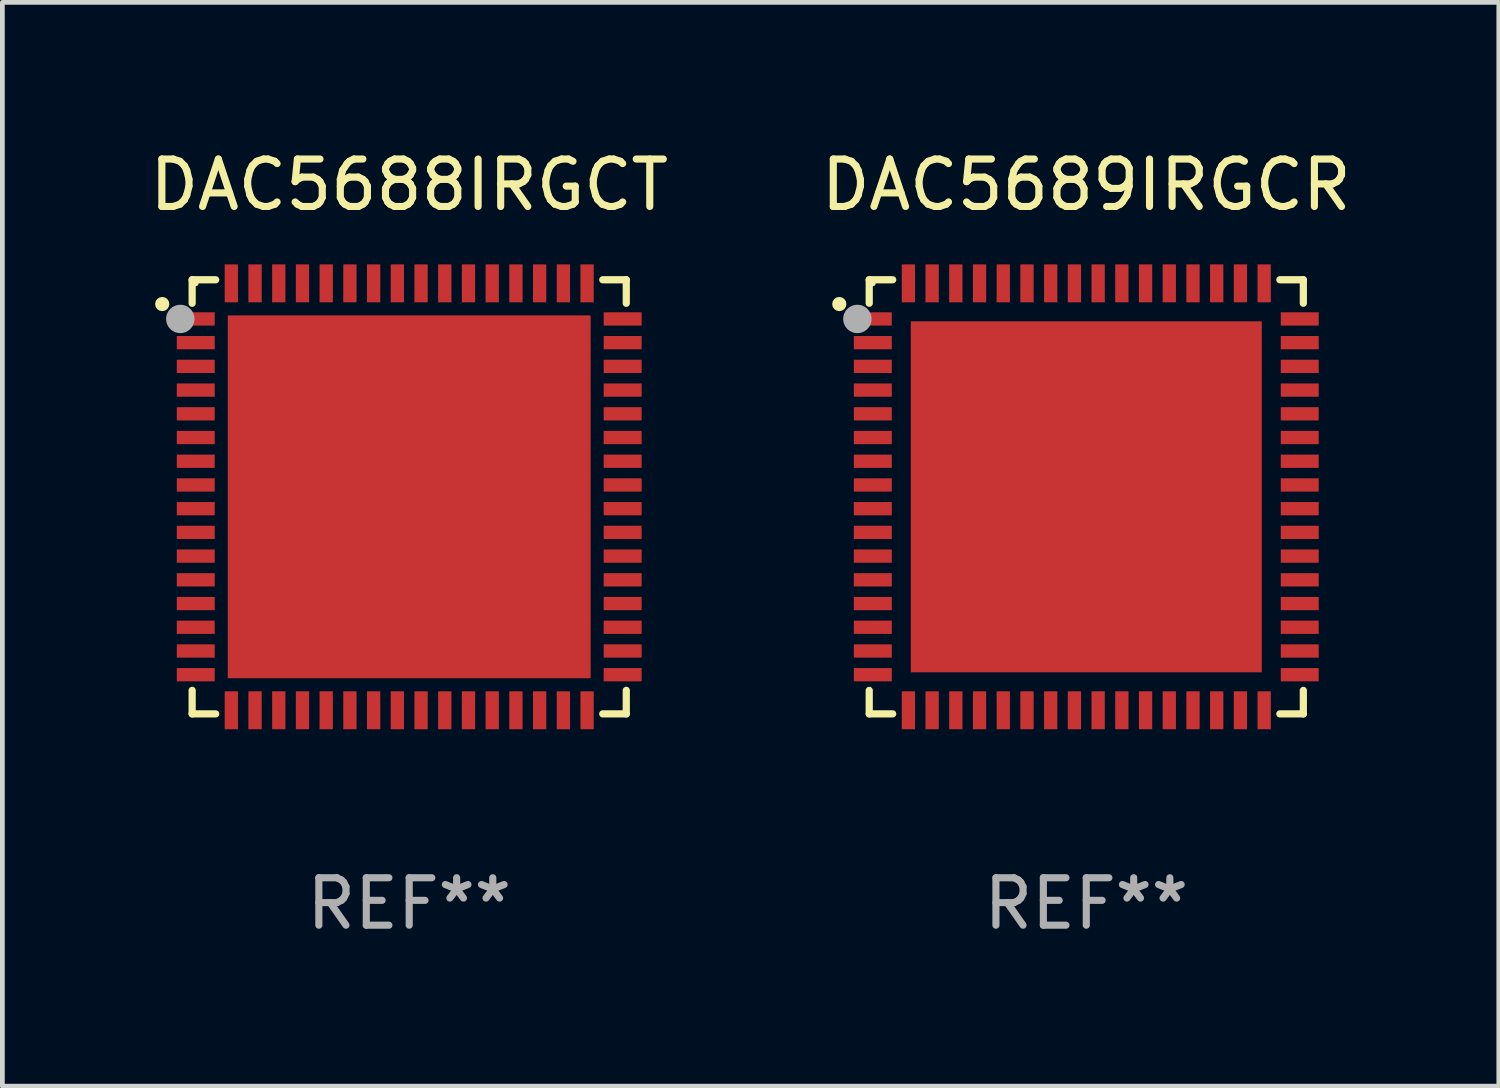
<source format=kicad_pcb>
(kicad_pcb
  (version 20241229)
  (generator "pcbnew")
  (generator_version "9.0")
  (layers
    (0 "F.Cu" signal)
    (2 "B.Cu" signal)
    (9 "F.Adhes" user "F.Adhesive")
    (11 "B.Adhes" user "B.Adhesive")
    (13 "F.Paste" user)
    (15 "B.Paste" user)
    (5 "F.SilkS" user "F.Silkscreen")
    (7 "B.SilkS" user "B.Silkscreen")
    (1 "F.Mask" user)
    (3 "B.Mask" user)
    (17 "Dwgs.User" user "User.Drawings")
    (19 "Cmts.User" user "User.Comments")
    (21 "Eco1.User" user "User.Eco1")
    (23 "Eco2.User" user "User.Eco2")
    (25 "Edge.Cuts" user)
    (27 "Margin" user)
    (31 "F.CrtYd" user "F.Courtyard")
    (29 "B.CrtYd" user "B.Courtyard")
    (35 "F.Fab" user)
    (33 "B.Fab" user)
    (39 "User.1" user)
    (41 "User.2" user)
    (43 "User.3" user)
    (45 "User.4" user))
  (footprint "DAC5689IRGCR"
    (layer "F.Cu")
    (at 19.851 7.424)
    (property "Reference" "DAC5689IRGCR" (at 0 -6.576 0) (layer "F.SilkS") (effects (font (size 1 1) (thickness 0.15))))
    (attr through_hole)
    (fp_line (start -4.576 -4.576) (end -4.576 -4.081) (stroke (width 0.152) (type solid)) (layer "F.SilkS"))
    (fp_line (start -4.576 4.576) (end -4.576 4.081) (stroke (width 0.152) (type solid)) (layer "F.SilkS"))
    (fp_line (start -4.081 -4.576) (end -4.576 -4.576) (stroke (width 0.152) (type solid)) (layer "F.SilkS"))
    (fp_line (start -4.081 4.576) (end -4.576 4.576) (stroke (width 0.152) (type solid)) (layer "F.SilkS"))
    (fp_line (start 4.081 -4.576) (end 4.576 -4.576) (stroke (width 0.152) (type solid)) (layer "F.SilkS"))
    (fp_line (start 4.081 4.576) (end 4.576 4.576) (stroke (width 0.152) (type solid)) (layer "F.SilkS"))
    (fp_line (start 4.576 -4.576) (end 4.576 -4.081) (stroke (width 0.152) (type solid)) (layer "F.SilkS"))
    (fp_line (start 4.576 4.576) (end 4.576 4.081) (stroke (width 0.152) (type solid)) (layer "F.SilkS"))
    (fp_circle (center -5.207 -4.064) (end -5.132 -4.064) (stroke (width 0.15) (type solid)) (fill no) (layer "F.SilkS"))
    (fp_circle (center -4.5 -4.5) (end -4.47 -4.5) (stroke (width 0.06) (type solid)) (fill no) (layer "F.SilkS"))
    (fp_circle (center -4.826 -3.75) (end -4.676 -3.75) (stroke (width 0.3) (type solid)) (fill no) (layer "F.Fab"))
    (fp_text user "REF**" (at 0 8.576 0) (layer "F.Fab") (effects (font (size 1 1) (thickness 0.15))))
    (pad "1" smd rect (at -4.5 -3.75) (size 0.8 0.28) (layers "F.Cu" "F.Mask" "F.Paste"))
    (pad "2" smd rect (at -4.5 -3.25) (size 0.8 0.28) (layers "F.Cu" "F.Mask" "F.Paste"))
    (pad "3" smd rect (at -4.5 -2.75) (size 0.8 0.28) (layers "F.Cu" "F.Mask" "F.Paste"))
    (pad "4" smd rect (at -4.5 -2.25) (size 0.8 0.28) (layers "F.Cu" "F.Mask" "F.Paste"))
    (pad "5" smd rect (at -4.5 -1.75) (size 0.8 0.28) (layers "F.Cu" "F.Mask" "F.Paste"))
    (pad "6" smd rect (at -4.5 -1.25) (size 0.8 0.28) (layers "F.Cu" "F.Mask" "F.Paste"))
    (pad "7" smd rect (at -4.5 -0.75) (size 0.8 0.28) (layers "F.Cu" "F.Mask" "F.Paste"))
    (pad "8" smd rect (at -4.5 -0.25) (size 0.8 0.28) (layers "F.Cu" "F.Mask" "F.Paste"))
    (pad "9" smd rect (at -4.5 0.25) (size 0.8 0.28) (layers "F.Cu" "F.Mask" "F.Paste"))
    (pad "10" smd rect (at -4.5 0.75) (size 0.8 0.28) (layers "F.Cu" "F.Mask" "F.Paste"))
    (pad "11" smd rect (at -4.5 1.25) (size 0.8 0.28) (layers "F.Cu" "F.Mask" "F.Paste"))
    (pad "12" smd rect (at -4.5 1.75) (size 0.8 0.28) (layers "F.Cu" "F.Mask" "F.Paste"))
    (pad "13" smd rect (at -4.5 2.25) (size 0.8 0.28) (layers "F.Cu" "F.Mask" "F.Paste"))
    (pad "14" smd rect (at -4.5 2.75) (size 0.8 0.28) (layers "F.Cu" "F.Mask" "F.Paste"))
    (pad "15" smd rect (at -4.5 3.25) (size 0.8 0.28) (layers "F.Cu" "F.Mask" "F.Paste"))
    (pad "16" smd rect (at -4.5 3.75) (size 0.8 0.28) (layers "F.Cu" "F.Mask" "F.Paste"))
    (pad "17" smd rect (at -3.75 4.5) (size 0.28 0.8) (layers "F.Cu" "F.Mask" "F.Paste"))
    (pad "18" smd rect (at -3.25 4.5) (size 0.28 0.8) (layers "F.Cu" "F.Mask" "F.Paste"))
    (pad "19" smd rect (at -2.75 4.5) (size 0.28 0.8) (layers "F.Cu" "F.Mask" "F.Paste"))
    (pad "20" smd rect (at -2.25 4.5) (size 0.28 0.8) (layers "F.Cu" "F.Mask" "F.Paste"))
    (pad "21" smd rect (at -1.75 4.5) (size 0.28 0.8) (layers "F.Cu" "F.Mask" "F.Paste"))
    (pad "22" smd rect (at -1.25 4.5) (size 0.28 0.8) (layers "F.Cu" "F.Mask" "F.Paste"))
    (pad "23" smd rect (at -0.75 4.5) (size 0.28 0.8) (layers "F.Cu" "F.Mask" "F.Paste"))
    (pad "24" smd rect (at -0.25 4.5) (size 0.28 0.8) (layers "F.Cu" "F.Mask" "F.Paste"))
    (pad "25" smd rect (at 0.25 4.5) (size 0.28 0.8) (layers "F.Cu" "F.Mask" "F.Paste"))
    (pad "26" smd rect (at 0.75 4.5) (size 0.28 0.8) (layers "F.Cu" "F.Mask" "F.Paste"))
    (pad "27" smd rect (at 1.25 4.5) (size 0.28 0.8) (layers "F.Cu" "F.Mask" "F.Paste"))
    (pad "28" smd rect (at 1.75 4.5) (size 0.28 0.8) (layers "F.Cu" "F.Mask" "F.Paste"))
    (pad "29" smd rect (at 2.25 4.5) (size 0.28 0.8) (layers "F.Cu" "F.Mask" "F.Paste"))
    (pad "30" smd rect (at 2.75 4.5) (size 0.28 0.8) (layers "F.Cu" "F.Mask" "F.Paste"))
    (pad "31" smd rect (at 3.25 4.5) (size 0.28 0.8) (layers "F.Cu" "F.Mask" "F.Paste"))
    (pad "32" smd rect (at 3.75 4.5) (size 0.28 0.8) (layers "F.Cu" "F.Mask" "F.Paste"))
    (pad "33" smd rect (at 4.5 3.75) (size 0.8 0.28) (layers "F.Cu" "F.Mask" "F.Paste"))
    (pad "34" smd rect (at 4.5 3.25) (size 0.8 0.28) (layers "F.Cu" "F.Mask" "F.Paste"))
    (pad "35" smd rect (at 4.5 2.75) (size 0.8 0.28) (layers "F.Cu" "F.Mask" "F.Paste"))
    (pad "36" smd rect (at 4.5 2.25) (size 0.8 0.28) (layers "F.Cu" "F.Mask" "F.Paste"))
    (pad "37" smd rect (at 4.5 1.75) (size 0.8 0.28) (layers "F.Cu" "F.Mask" "F.Paste"))
    (pad "38" smd rect (at 4.5 1.25) (size 0.8 0.28) (layers "F.Cu" "F.Mask" "F.Paste"))
    (pad "39" smd rect (at 4.5 0.75) (size 0.8 0.28) (layers "F.Cu" "F.Mask" "F.Paste"))
    (pad "40" smd rect (at 4.5 0.25) (size 0.8 0.28) (layers "F.Cu" "F.Mask" "F.Paste"))
    (pad "41" smd rect (at 4.5 -0.25) (size 0.8 0.28) (layers "F.Cu" "F.Mask" "F.Paste"))
    (pad "42" smd rect (at 4.5 -0.75) (size 0.8 0.28) (layers "F.Cu" "F.Mask" "F.Paste"))
    (pad "43" smd rect (at 4.5 -1.25) (size 0.8 0.28) (layers "F.Cu" "F.Mask" "F.Paste"))
    (pad "44" smd rect (at 4.5 -1.75) (size 0.8 0.28) (layers "F.Cu" "F.Mask" "F.Paste"))
    (pad "45" smd rect (at 4.5 -2.25) (size 0.8 0.28) (layers "F.Cu" "F.Mask" "F.Paste"))
    (pad "46" smd rect (at 4.5 -2.75) (size 0.8 0.28) (layers "F.Cu" "F.Mask" "F.Paste"))
    (pad "47" smd rect (at 4.5 -3.25) (size 0.8 0.28) (layers "F.Cu" "F.Mask" "F.Paste"))
    (pad "48" smd rect (at 4.5 -3.75) (size 0.8 0.28) (layers "F.Cu" "F.Mask" "F.Paste"))
    (pad "49" smd rect (at 3.75 -4.5) (size 0.28 0.8) (layers "F.Cu" "F.Mask" "F.Paste"))
    (pad "50" smd rect (at 3.25 -4.5) (size 0.28 0.8) (layers "F.Cu" "F.Mask" "F.Paste"))
    (pad "51" smd rect (at 2.75 -4.5) (size 0.28 0.8) (layers "F.Cu" "F.Mask" "F.Paste"))
    (pad "52" smd rect (at 2.25 -4.5) (size 0.28 0.8) (layers "F.Cu" "F.Mask" "F.Paste"))
    (pad "53" smd rect (at 1.75 -4.5) (size 0.28 0.8) (layers "F.Cu" "F.Mask" "F.Paste"))
    (pad "54" smd rect (at 1.25 -4.5) (size 0.28 0.8) (layers "F.Cu" "F.Mask" "F.Paste"))
    (pad "55" smd rect (at 0.75 -4.5) (size 0.28 0.8) (layers "F.Cu" "F.Mask" "F.Paste"))
    (pad "56" smd rect (at 0.25 -4.5) (size 0.28 0.8) (layers "F.Cu" "F.Mask" "F.Paste"))
    (pad "57" smd rect (at -0.25 -4.5) (size 0.28 0.8) (layers "F.Cu" "F.Mask" "F.Paste"))
    (pad "58" smd rect (at -0.75 -4.5) (size 0.28 0.8) (layers "F.Cu" "F.Mask" "F.Paste"))
    (pad "59" smd rect (at -1.25 -4.5) (size 0.28 0.8) (layers "F.Cu" "F.Mask" "F.Paste"))
    (pad "60" smd rect (at -1.75 -4.5) (size 0.28 0.8) (layers "F.Cu" "F.Mask" "F.Paste"))
    (pad "61" smd rect (at -2.25 -4.5) (size 0.28 0.8) (layers "F.Cu" "F.Mask" "F.Paste"))
    (pad "62" smd rect (at -2.75 -4.5) (size 0.28 0.8) (layers "F.Cu" "F.Mask" "F.Paste"))
    (pad "63" smd rect (at -3.25 -4.5) (size 0.28 0.8) (layers "F.Cu" "F.Mask" "F.Paste"))
    (pad "64" smd rect (at -3.75 -4.5) (size 0.28 0.8) (layers "F.Cu" "F.Mask" "F.Paste"))
    (pad "65" smd rect (at 0 0) (size 7.4 7.4) (layers "F.Cu" "F.Mask" "F.Paste")))
  (footprint "DAC5688IRGCT"
    (layer "F.Cu")
    (at 5.577 7.424)
    (property "Reference" "DAC5688IRGCT" (at 0 -6.576 0) (layer "F.SilkS") (effects (font (size 1 1) (thickness 0.15))))
    (attr through_hole)
    (fp_line (start -4.576 -4.576) (end -4.576 -4.08) (stroke (width 0.152) (type solid)) (layer "F.SilkS"))
    (fp_line (start -4.576 4.576) (end -4.576 4.08) (stroke (width 0.152) (type solid)) (layer "F.SilkS"))
    (fp_line (start -4.08 -4.576) (end -4.576 -4.576) (stroke (width 0.152) (type solid)) (layer "F.SilkS"))
    (fp_line (start -4.08 4.576) (end -4.576 4.576) (stroke (width 0.152) (type solid)) (layer "F.SilkS"))
    (fp_line (start 4.08 -4.576) (end 4.576 -4.576) (stroke (width 0.152) (type solid)) (layer "F.SilkS"))
    (fp_line (start 4.08 4.576) (end 4.576 4.576) (stroke (width 0.152) (type solid)) (layer "F.SilkS"))
    (fp_line (start 4.576 -4.576) (end 4.576 -4.08) (stroke (width 0.152) (type solid)) (layer "F.SilkS"))
    (fp_line (start 4.576 4.576) (end 4.576 4.08) (stroke (width 0.152) (type solid)) (layer "F.SilkS"))
    (fp_circle (center -5.207 -4.064) (end -5.132 -4.064) (stroke (width 0.15) (type solid)) (fill no) (layer "F.SilkS"))
    (fp_circle (center -4.5 -4.5) (end -4.47 -4.5) (stroke (width 0.06) (type solid)) (fill no) (layer "F.SilkS"))
    (fp_circle (center -4.826 -3.75) (end -4.676 -3.75) (stroke (width 0.3) (type solid)) (fill no) (layer "F.Fab"))
    (fp_text user "REF**" (at 0 8.576 0) (layer "F.Fab") (effects (font (size 1 1) (thickness 0.15))))
    (pad "1" smd rect (at -4.5 -3.75) (size 0.8 0.28) (layers "F.Cu" "F.Mask" "F.Paste"))
    (pad "2" smd rect (at -4.5 -3.25) (size 0.8 0.28) (layers "F.Cu" "F.Mask" "F.Paste"))
    (pad "3" smd rect (at -4.5 -2.75) (size 0.8 0.28) (layers "F.Cu" "F.Mask" "F.Paste"))
    (pad "4" smd rect (at -4.5 -2.25) (size 0.8 0.28) (layers "F.Cu" "F.Mask" "F.Paste"))
    (pad "5" smd rect (at -4.5 -1.75) (size 0.8 0.28) (layers "F.Cu" "F.Mask" "F.Paste"))
    (pad "6" smd rect (at -4.5 -1.25) (size 0.8 0.28) (layers "F.Cu" "F.Mask" "F.Paste"))
    (pad "7" smd rect (at -4.5 -0.75) (size 0.8 0.28) (layers "F.Cu" "F.Mask" "F.Paste"))
    (pad "8" smd rect (at -4.5 -0.25) (size 0.8 0.28) (layers "F.Cu" "F.Mask" "F.Paste"))
    (pad "9" smd rect (at -4.5 0.25) (size 0.8 0.28) (layers "F.Cu" "F.Mask" "F.Paste"))
    (pad "10" smd rect (at -4.5 0.75) (size 0.8 0.28) (layers "F.Cu" "F.Mask" "F.Paste"))
    (pad "11" smd rect (at -4.5 1.25) (size 0.8 0.28) (layers "F.Cu" "F.Mask" "F.Paste"))
    (pad "12" smd rect (at -4.5 1.75) (size 0.8 0.28) (layers "F.Cu" "F.Mask" "F.Paste"))
    (pad "13" smd rect (at -4.5 2.25) (size 0.8 0.28) (layers "F.Cu" "F.Mask" "F.Paste"))
    (pad "14" smd rect (at -4.5 2.75) (size 0.8 0.28) (layers "F.Cu" "F.Mask" "F.Paste"))
    (pad "15" smd rect (at -4.5 3.25) (size 0.8 0.28) (layers "F.Cu" "F.Mask" "F.Paste"))
    (pad "16" smd rect (at -4.5 3.75) (size 0.8 0.28) (layers "F.Cu" "F.Mask" "F.Paste"))
    (pad "17" smd rect (at -3.75 4.5) (size 0.28 0.8) (layers "F.Cu" "F.Mask" "F.Paste"))
    (pad "18" smd rect (at -3.25 4.5) (size 0.28 0.8) (layers "F.Cu" "F.Mask" "F.Paste"))
    (pad "19" smd rect (at -2.75 4.5) (size 0.28 0.8) (layers "F.Cu" "F.Mask" "F.Paste"))
    (pad "20" smd rect (at -2.25 4.5) (size 0.28 0.8) (layers "F.Cu" "F.Mask" "F.Paste"))
    (pad "21" smd rect (at -1.75 4.5) (size 0.28 0.8) (layers "F.Cu" "F.Mask" "F.Paste"))
    (pad "22" smd rect (at -1.25 4.5) (size 0.28 0.8) (layers "F.Cu" "F.Mask" "F.Paste"))
    (pad "23" smd rect (at -0.75 4.5) (size 0.28 0.8) (layers "F.Cu" "F.Mask" "F.Paste"))
    (pad "24" smd rect (at -0.25 4.5) (size 0.28 0.8) (layers "F.Cu" "F.Mask" "F.Paste"))
    (pad "25" smd rect (at 0.25 4.5) (size 0.28 0.8) (layers "F.Cu" "F.Mask" "F.Paste"))
    (pad "26" smd rect (at 0.75 4.5) (size 0.28 0.8) (layers "F.Cu" "F.Mask" "F.Paste"))
    (pad "27" smd rect (at 1.25 4.5) (size 0.28 0.8) (layers "F.Cu" "F.Mask" "F.Paste"))
    (pad "28" smd rect (at 1.75 4.5) (size 0.28 0.8) (layers "F.Cu" "F.Mask" "F.Paste"))
    (pad "29" smd rect (at 2.25 4.5) (size 0.28 0.8) (layers "F.Cu" "F.Mask" "F.Paste"))
    (pad "30" smd rect (at 2.75 4.5) (size 0.28 0.8) (layers "F.Cu" "F.Mask" "F.Paste"))
    (pad "31" smd rect (at 3.25 4.5) (size 0.28 0.8) (layers "F.Cu" "F.Mask" "F.Paste"))
    (pad "32" smd rect (at 3.75 4.5) (size 0.28 0.8) (layers "F.Cu" "F.Mask" "F.Paste"))
    (pad "33" smd rect (at 4.5 3.75) (size 0.8 0.28) (layers "F.Cu" "F.Mask" "F.Paste"))
    (pad "34" smd rect (at 4.5 3.25) (size 0.8 0.28) (layers "F.Cu" "F.Mask" "F.Paste"))
    (pad "35" smd rect (at 4.5 2.75) (size 0.8 0.28) (layers "F.Cu" "F.Mask" "F.Paste"))
    (pad "36" smd rect (at 4.5 2.25) (size 0.8 0.28) (layers "F.Cu" "F.Mask" "F.Paste"))
    (pad "37" smd rect (at 4.5 1.75) (size 0.8 0.28) (layers "F.Cu" "F.Mask" "F.Paste"))
    (pad "38" smd rect (at 4.5 1.25) (size 0.8 0.28) (layers "F.Cu" "F.Mask" "F.Paste"))
    (pad "39" smd rect (at 4.5 0.75) (size 0.8 0.28) (layers "F.Cu" "F.Mask" "F.Paste"))
    (pad "40" smd rect (at 4.5 0.25) (size 0.8 0.28) (layers "F.Cu" "F.Mask" "F.Paste"))
    (pad "41" smd rect (at 4.5 -0.25) (size 0.8 0.28) (layers "F.Cu" "F.Mask" "F.Paste"))
    (pad "42" smd rect (at 4.5 -0.75) (size 0.8 0.28) (layers "F.Cu" "F.Mask" "F.Paste"))
    (pad "43" smd rect (at 4.5 -1.25) (size 0.8 0.28) (layers "F.Cu" "F.Mask" "F.Paste"))
    (pad "44" smd rect (at 4.5 -1.75) (size 0.8 0.28) (layers "F.Cu" "F.Mask" "F.Paste"))
    (pad "45" smd rect (at 4.5 -2.25) (size 0.8 0.28) (layers "F.Cu" "F.Mask" "F.Paste"))
    (pad "46" smd rect (at 4.5 -2.75) (size 0.8 0.28) (layers "F.Cu" "F.Mask" "F.Paste"))
    (pad "47" smd rect (at 4.5 -3.25) (size 0.8 0.28) (layers "F.Cu" "F.Mask" "F.Paste"))
    (pad "48" smd rect (at 4.5 -3.75) (size 0.8 0.28) (layers "F.Cu" "F.Mask" "F.Paste"))
    (pad "49" smd rect (at 3.75 -4.5) (size 0.28 0.8) (layers "F.Cu" "F.Mask" "F.Paste"))
    (pad "50" smd rect (at 3.25 -4.5) (size 0.28 0.8) (layers "F.Cu" "F.Mask" "F.Paste"))
    (pad "51" smd rect (at 2.75 -4.5) (size 0.28 0.8) (layers "F.Cu" "F.Mask" "F.Paste"))
    (pad "52" smd rect (at 2.25 -4.5) (size 0.28 0.8) (layers "F.Cu" "F.Mask" "F.Paste"))
    (pad "53" smd rect (at 1.75 -4.5) (size 0.28 0.8) (layers "F.Cu" "F.Mask" "F.Paste"))
    (pad "54" smd rect (at 1.25 -4.5) (size 0.28 0.8) (layers "F.Cu" "F.Mask" "F.Paste"))
    (pad "55" smd rect (at 0.75 -4.5) (size 0.28 0.8) (layers "F.Cu" "F.Mask" "F.Paste"))
    (pad "56" smd rect (at 0.25 -4.5) (size 0.28 0.8) (layers "F.Cu" "F.Mask" "F.Paste"))
    (pad "57" smd rect (at -0.25 -4.5) (size 0.28 0.8) (layers "F.Cu" "F.Mask" "F.Paste"))
    (pad "58" smd rect (at -0.75 -4.5) (size 0.28 0.8) (layers "F.Cu" "F.Mask" "F.Paste"))
    (pad "59" smd rect (at -1.25 -4.5) (size 0.28 0.8) (layers "F.Cu" "F.Mask" "F.Paste"))
    (pad "60" smd rect (at -1.75 -4.5) (size 0.28 0.8) (layers "F.Cu" "F.Mask" "F.Paste"))
    (pad "61" smd rect (at -2.25 -4.5) (size 0.28 0.8) (layers "F.Cu" "F.Mask" "F.Paste"))
    (pad "62" smd rect (at -2.75 -4.5) (size 0.28 0.8) (layers "F.Cu" "F.Mask" "F.Paste"))
    (pad "63" smd rect (at -3.25 -4.5) (size 0.28 0.8) (layers "F.Cu" "F.Mask" "F.Paste"))
    (pad "64" smd rect (at -3.75 -4.5) (size 0.28 0.8) (layers "F.Cu" "F.Mask" "F.Paste"))
    (pad "65" smd rect (at 0 0) (size 7.65 7.65) (layers "F.Cu" "F.Mask" "F.Paste")))
  (gr_rect
    (start -3 -3)
    (end 28.548 19.849)
    (stroke (width 0.1) (type default))
    (fill no)
    (layer "Edge.Cuts")))
</source>
